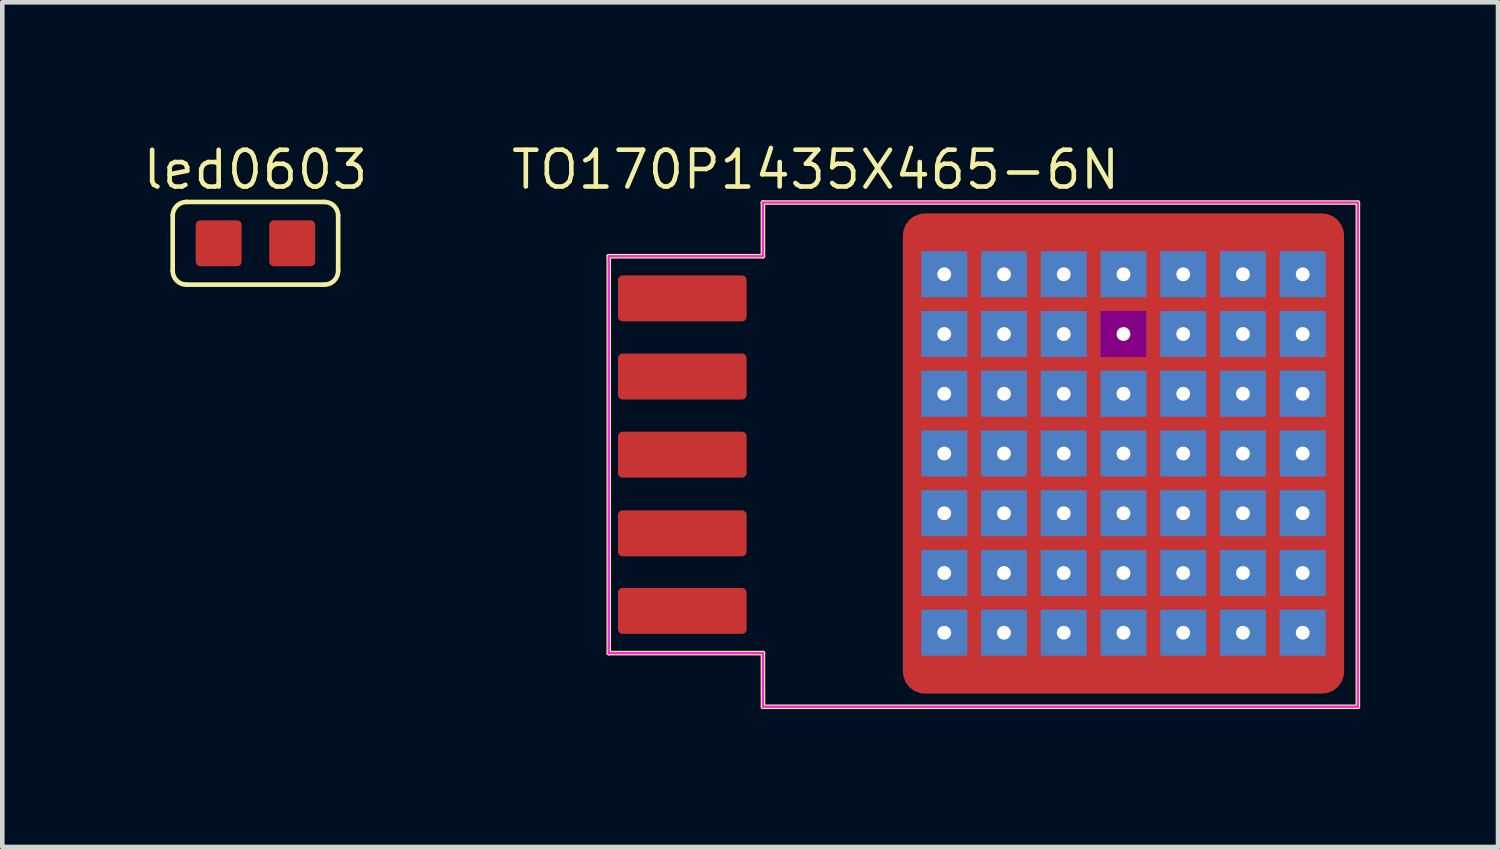
<source format=kicad_pcb>
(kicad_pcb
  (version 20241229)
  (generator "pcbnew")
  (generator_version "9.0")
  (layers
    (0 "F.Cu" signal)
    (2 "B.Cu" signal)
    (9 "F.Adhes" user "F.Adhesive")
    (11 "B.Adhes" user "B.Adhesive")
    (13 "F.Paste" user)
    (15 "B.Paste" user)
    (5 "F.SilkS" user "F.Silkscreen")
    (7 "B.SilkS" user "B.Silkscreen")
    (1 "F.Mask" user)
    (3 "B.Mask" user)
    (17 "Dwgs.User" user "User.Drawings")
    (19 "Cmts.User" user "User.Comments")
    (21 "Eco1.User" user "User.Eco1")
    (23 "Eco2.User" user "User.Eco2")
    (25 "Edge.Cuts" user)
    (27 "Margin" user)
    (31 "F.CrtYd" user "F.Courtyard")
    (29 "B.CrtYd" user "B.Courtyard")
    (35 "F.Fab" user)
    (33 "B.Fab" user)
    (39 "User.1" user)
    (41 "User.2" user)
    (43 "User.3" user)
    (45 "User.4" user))
  (footprint "TO170P1435X465-6N"
    (layer "F.Cu")
    (at 17.996 6.843)
    (property "Reference" "TO170P1435X465-6N" (at -3.3 -6.2 0) (layer "F.SilkS") (effects (font (size 0.8 0.8) (thickness 0.1))))
    (attr smd)
    (fp_line (start -7.8 4.318) (end -7.8 -4.318) (stroke (width 0.1) (type default)) (layer "F.SilkS"))
    (fp_line (start -4.445 -5.486) (end -4.445 -4.318) (stroke (width 0.1) (type solid)) (layer "F.SilkS"))
    (fp_line (start -4.445 -4.318) (end -7.8 -4.318) (stroke (width 0.1) (type default)) (layer "F.SilkS"))
    (fp_line (start -4.445 4.318) (end -7.8 4.318) (stroke (width 0.1) (type default)) (layer "F.SilkS"))
    (fp_line (start -4.445 4.318) (end -4.444 5.486) (stroke (width 0.1) (type solid)) (layer "F.SilkS"))
    (fp_line (start 8.5 -5.486) (end -4.445 -5.486) (stroke (width 0.1) (type solid)) (layer "F.SilkS"))
    (fp_line (start 8.5 5.486) (end -4.444 5.486) (stroke (width 0.1) (type solid)) (layer "F.SilkS"))
    (fp_line (start 8.5 5.486) (end 8.5 -5.486) (stroke (width 0.1) (type solid)) (layer "F.SilkS"))
    (fp_line (start -7.8 -4.318) (end -7.8 4.318) (stroke (width 0.05) (type default)) (layer "F.CrtYd"))
    (fp_line (start -4.445 -5.486) (end -4.445 -4.318) (stroke (width 0.05) (type default)) (layer "F.CrtYd"))
    (fp_line (start -4.445 -5.486) (end 8.5 -5.486) (stroke (width 0.05) (type default)) (layer "F.CrtYd"))
    (fp_line (start -4.445 -4.318) (end -7.8 -4.318) (stroke (width 0.05) (type default)) (layer "F.CrtYd"))
    (fp_line (start -4.445 4.318) (end -7.8 4.318) (stroke (width 0.05) (type default)) (layer "F.CrtYd"))
    (fp_line (start -4.444 4.318) (end -4.444 5.486) (stroke (width 0.05) (type default)) (layer "F.CrtYd"))
    (fp_line (start -4.444 5.486) (end 8.5 5.486) (stroke (width 0.05) (type default)) (layer "F.CrtYd"))
    (fp_line (start 8.5 -5.486) (end 8.5 5.486) (stroke (width 0.05) (type default)) (layer "F.CrtYd"))
    (pad "1" smd roundrect (at -6.2 -3.4 90) (size 1 2.8) (layers "F.Cu" "F.Mask" "F.Paste") (roundrect_rratio 0.1))
    (pad "2" smd roundrect (at -6.2 -1.7 90) (size 1 2.8) (layers "F.Cu" "F.Mask" "F.Paste") (roundrect_rratio 0.1))
    (pad "3" smd roundrect (at -6.2 0 90) (size 1 2.8) (layers "F.Cu" "F.Mask" "F.Paste") (roundrect_rratio 0.1))
    (pad "4" smd roundrect (at -6.2 1.712 90) (size 1 2.8) (layers "F.Cu" "F.Mask" "F.Paste") (roundrect_rratio 0.1))
    (pad "5" smd roundrect (at -6.2 3.4 90) (size 1 2.8) (layers "F.Cu" "F.Mask" "F.Paste") (roundrect_rratio 0.1))
    (pad "6" thru_hole rect (at -0.5 -3.925) (size 1 1) (drill 0.3) (layers "*.Cu" "*.Mask"))
    (pad "6" thru_hole rect (at -0.5 -2.625) (size 1 1) (drill 0.3) (layers "*.Cu" "*.Mask" "Eco2.User"))
    (pad "6" thru_hole rect (at -0.5 -1.325) (size 1 1) (drill 0.3) (layers "*.Cu" "*.Mask"))
    (pad "6" thru_hole rect (at -0.5 -0.025) (size 1 1) (drill 0.3) (layers "*.Cu" "*.Mask"))
    (pad "6" thru_hole rect (at -0.5 1.275) (size 1 1) (drill 0.3) (layers "*.Cu" "*.Mask"))
    (pad "6" thru_hole rect (at -0.5 2.575) (size 1 1) (drill 0.3) (layers "*.Cu" "*.Mask"))
    (pad "6" thru_hole rect (at -0.5 3.875) (size 1 1) (drill 0.3) (layers "*.Cu" "*.Mask"))
    (pad "6" thru_hole rect (at 0.8 -3.925) (size 1 1) (drill 0.3) (layers "*.Cu" "*.Mask"))
    (pad "6" thru_hole rect (at 0.8 -2.625) (size 1 1) (drill 0.3) (layers "*.Cu" "*.Mask"))
    (pad "6" thru_hole rect (at 0.8 -1.325) (size 1 1) (drill 0.3) (layers "*.Cu" "*.Mask"))
    (pad "6" thru_hole rect (at 0.8 -0.025) (size 1 1) (drill 0.3) (layers "*.Cu" "*.Mask"))
    (pad "6" thru_hole rect (at 0.8 1.275) (size 1 1) (drill 0.3) (layers "*.Cu" "*.Mask"))
    (pad "6" thru_hole rect (at 0.8 2.575) (size 1 1) (drill 0.3) (layers "*.Cu" "*.Mask"))
    (pad "6" thru_hole rect (at 0.8 3.875) (size 1 1) (drill 0.3) (layers "*.Cu" "*.Mask"))
    (pad "6" thru_hole rect (at 2.1 -3.925) (size 1 1) (drill 0.3) (layers "*.Cu" "*.Mask"))
    (pad "6" thru_hole rect (at 2.1 -2.625) (size 1 1) (drill 0.3) (layers "*.Cu" "*.Mask"))
    (pad "6" thru_hole rect (at 2.1 -1.325) (size 1 1) (drill 0.3) (layers "*.Cu" "*.Mask"))
    (pad "6" thru_hole rect (at 2.1 -0.025) (size 1 1) (drill 0.3) (layers "*.Cu" "B.Mask"))
    (pad "6" thru_hole rect (at 2.1 1.275) (size 1 1) (drill 0.3) (layers "*.Cu" "*.Mask"))
    (pad "6" thru_hole rect (at 2.1 2.575) (size 1 1) (drill 0.3) (layers "*.Cu" "*.Mask"))
    (pad "6" thru_hole rect (at 2.1 3.875) (size 1 1) (drill 0.3) (layers "*.Cu" "*.Mask"))
    (pad "6" thru_hole rect (at 3.4 -3.925) (size 1 1) (drill 0.3) (layers "*.Cu" "*.Mask"))
    (pad "6" thru_hole rect (at 3.4 -2.625) (size 1 1) (drill 0.3) (layers "*.Cu" "*.Mask" "F.Adhes"))
    (pad "6" thru_hole rect (at 3.4 -1.325) (size 1 1) (drill 0.3) (layers "*.Cu" "*.Mask"))
    (pad "6" thru_hole rect (at 3.4 -0.025) (size 1 1) (drill 0.3) (layers "*.Cu" "*.Mask"))
    (pad "6" smd roundrect (at 3.4 -0.025 90) (size 10.45 9.6) (layers "F.Cu" "F.Mask" "F.Paste") (roundrect_rratio 0.05))
    (pad "6" thru_hole rect (at 3.4 1.275) (size 1 1) (drill 0.3) (layers "*.Cu" "*.Mask"))
    (pad "6" thru_hole rect (at 3.4 2.575) (size 1 1) (drill 0.3) (layers "*.Cu" "*.Mask"))
    (pad "6" thru_hole rect (at 3.4 3.875) (size 1 1) (drill 0.3) (layers "*.Cu" "*.Mask"))
    (pad "6" thru_hole rect (at 4.7 -3.925) (size 1 1) (drill 0.3) (layers "*.Cu" "*.Mask"))
    (pad "6" thru_hole rect (at 4.7 -2.625) (size 1 1) (drill 0.3) (layers "*.Cu" "*.Mask"))
    (pad "6" thru_hole rect (at 4.7 -1.325) (size 1 1) (drill 0.3) (layers "*.Cu" "*.Mask"))
    (pad "6" thru_hole rect (at 4.7 -0.025) (size 1 1) (drill 0.3) (layers "*.Cu" "*.Mask"))
    (pad "6" thru_hole rect (at 4.7 1.275) (size 1 1) (drill 0.3) (layers "*.Cu" "*.Mask"))
    (pad "6" thru_hole rect (at 4.7 2.575) (size 1 1) (drill 0.3) (layers "*.Cu" "*.Mask"))
    (pad "6" thru_hole rect (at 4.7 3.875) (size 1 1) (drill 0.3) (layers "*.Cu" "*.Mask"))
    (pad "6" thru_hole rect (at 6 -3.925) (size 1 1) (drill 0.3) (layers "*.Cu" "*.Mask"))
    (pad "6" thru_hole rect (at 6 -2.625) (size 1 1) (drill 0.3) (layers "*.Cu" "*.Mask"))
    (pad "6" thru_hole rect (at 6 -1.325) (size 1 1) (drill 0.3) (layers "*.Cu" "*.Mask"))
    (pad "6" thru_hole rect (at 6 -0.025) (size 1 1) (drill 0.3) (layers "*.Cu" "*.Mask"))
    (pad "6" thru_hole rect (at 6 1.275) (size 1 1) (drill 0.3) (layers "*.Cu" "*.Mask"))
    (pad "6" thru_hole rect (at 6 2.575) (size 1 1) (drill 0.3) (layers "*.Cu" "*.Mask"))
    (pad "6" thru_hole rect (at 6 3.875) (size 1 1) (drill 0.3) (layers "*.Cu" "*.Mask"))
    (pad "6" thru_hole rect (at 7.3 -3.925) (size 1 1) (drill 0.3) (layers "*.Cu" "*.Mask"))
    (pad "6" thru_hole rect (at 7.3 -2.625) (size 1 1) (drill 0.3) (layers "*.Cu" "*.Mask"))
    (pad "6" thru_hole rect (at 7.3 -1.325) (size 1 1) (drill 0.3) (layers "*.Cu" "*.Mask"))
    (pad "6" thru_hole rect (at 7.3 -0.025) (size 1 1) (drill 0.3) (layers "*.Cu" "*.Mask"))
    (pad "6" thru_hole rect (at 7.3 1.275) (size 1 1) (drill 0.3) (layers "*.Cu" "*.Mask"))
    (pad "6" thru_hole rect (at 7.3 2.575) (size 1 1) (drill 0.3) (layers "*.Cu" "*.Mask"))
    (pad "6" thru_hole rect (at 7.3 3.875) (size 1 1) (drill 0.3) (layers "*.Cu" "*.Mask")))
  (footprint "led0603"
    (layer "F.Cu")
    (at 2.508 2.244)
    (property "Reference" "led0603" (at 0 -1.6 0) (unlocked yes) (layer "F.SilkS") (effects (font (size 0.8 0.8) (thickness 0.1))))
    (attr smd)
    (fp_line (start -1.8 0.6) (end -1.8 -0.6) (stroke (width 0.1) (type default)) (layer "F.SilkS"))
    (fp_line (start -1.5 -0.9) (end 1.5 -0.9) (stroke (width 0.1) (type default)) (layer "F.SilkS"))
    (fp_line (start -1.5 0.9) (end 1.5 0.9) (stroke (width 0.1) (type default)) (layer "F.SilkS"))
    (fp_line (start 1.8 -0.6) (end 1.8 0.6) (stroke (width 0.1) (type default)) (layer "F.SilkS"))
    (fp_arc (start -1.8 -0.6) (mid -1.712132 -0.812132) (end -1.5 -0.9) (stroke (width 0.1) (type default)) (layer "F.SilkS"))
    (fp_arc (start -1.5 0.9) (mid -1.712132 0.812132) (end -1.8 0.6) (stroke (width 0.1) (type default)) (layer "F.SilkS"))
    (fp_arc (start 1.5 -0.9) (mid 1.712132 -0.812132) (end 1.8 -0.6) (stroke (width 0.1) (type default)) (layer "F.SilkS"))
    (fp_arc (start 1.8 0.6) (mid 1.712132 0.812132) (end 1.5 0.9) (stroke (width 0.1) (type default)) (layer "F.SilkS"))
    (pad "1" smd roundrect (at -0.8 0) (size 1 1) (layers "F.Cu" "F.Mask") (roundrect_rratio 0.1))
    (pad "2" smd roundrect (at 0.8 0) (size 1 1) (layers "F.Cu" "F.Mask") (roundrect_rratio 0.1)))
  (gr_rect
    (start -3 -3)
    (end 29.546 15.38)
    (stroke (width 0.1) (type default))
    (fill no)
    (layer "Edge.Cuts")))
</source>
